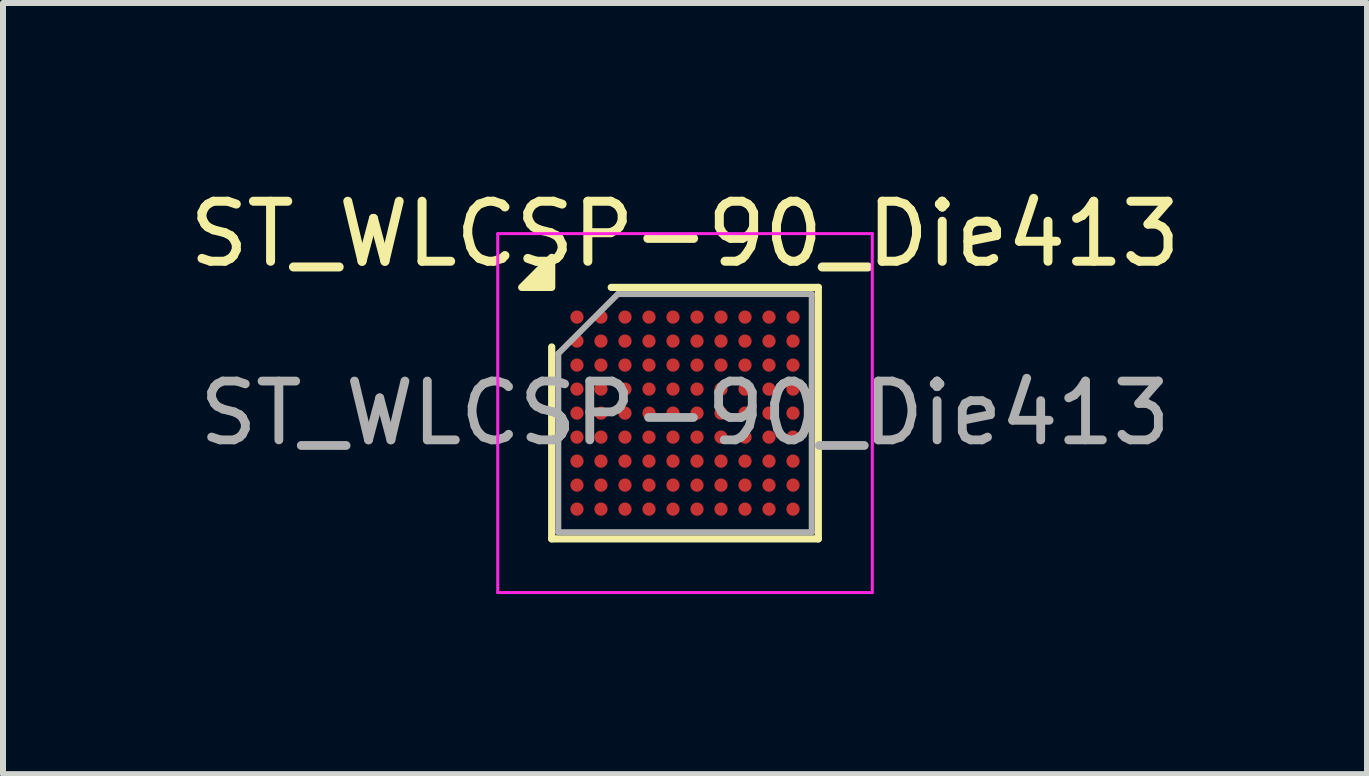
<source format=kicad_pcb>
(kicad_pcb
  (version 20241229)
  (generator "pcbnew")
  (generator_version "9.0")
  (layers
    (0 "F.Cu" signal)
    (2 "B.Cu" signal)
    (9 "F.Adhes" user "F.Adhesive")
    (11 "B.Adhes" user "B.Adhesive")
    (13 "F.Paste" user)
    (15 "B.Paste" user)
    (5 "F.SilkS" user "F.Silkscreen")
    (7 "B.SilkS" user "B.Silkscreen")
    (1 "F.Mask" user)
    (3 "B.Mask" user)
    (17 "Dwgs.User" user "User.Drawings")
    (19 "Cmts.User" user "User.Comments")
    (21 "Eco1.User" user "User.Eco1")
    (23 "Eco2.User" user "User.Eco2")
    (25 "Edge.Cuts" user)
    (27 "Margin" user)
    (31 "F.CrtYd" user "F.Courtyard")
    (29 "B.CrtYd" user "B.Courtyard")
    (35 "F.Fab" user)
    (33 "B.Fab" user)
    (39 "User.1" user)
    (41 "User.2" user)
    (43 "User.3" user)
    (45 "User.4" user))
  (footprint "ST_WLCSP-90_Die413"
    (layer "F.Cu")
    (at 8.363 3.833)
    (property "Reference" "ST_WLCSP-90_Die413" (at 0 -2.985 0) (layer "F.SilkS") (effects (font (size 1 1) (thickness 0.15))))
    (attr smd)
    (fp_line (start -2.221 2.095) (end -2.221 -1.102) (stroke (width 0.12) (type solid)) (layer "F.SilkS"))
    (fp_line (start -1.229 -2.095) (end 2.221 -2.095) (stroke (width 0.12) (type solid)) (layer "F.SilkS"))
    (fp_line (start 2.221 -2.095) (end 2.221 2.095) (stroke (width 0.12) (type solid)) (layer "F.SilkS"))
    (fp_line (start 2.221 2.095) (end -2.221 2.095) (stroke (width 0.12) (type solid)) (layer "F.SilkS"))
    (fp_poly (pts (xy -2.221 -2.095) (xy -2.721 -2.095) (xy -2.221 -2.595)) (stroke (width 0.12) (type solid)) (fill yes) (layer "F.SilkS"))
    (fp_line (start -3.12 -2.99) (end -3.12 2.99) (stroke (width 0.05) (type solid)) (layer "F.CrtYd"))
    (fp_line (start -3.12 2.99) (end 3.12 2.99) (stroke (width 0.05) (type solid)) (layer "F.CrtYd"))
    (fp_line (start 3.12 -2.99) (end -3.12 -2.99) (stroke (width 0.05) (type solid)) (layer "F.CrtYd"))
    (fp_line (start 3.12 2.99) (end 3.12 -2.99) (stroke (width 0.05) (type solid)) (layer "F.CrtYd"))
    (fp_line (start -2.111 -0.992) (end -1.119 -1.984) (stroke (width 0.1) (type solid)) (layer "F.Fab"))
    (fp_line (start -2.111 1.984) (end -2.111 -0.992) (stroke (width 0.1) (type solid)) (layer "F.Fab"))
    (fp_line (start -1.119 -1.984) (end 2.111 -1.984) (stroke (width 0.1) (type solid)) (layer "F.Fab"))
    (fp_line (start 2.111 -1.984) (end 2.111 1.984) (stroke (width 0.1) (type solid)) (layer "F.Fab"))
    (fp_line (start 2.111 1.984) (end -2.111 1.984) (stroke (width 0.1) (type solid)) (layer "F.Fab"))
    (fp_text user "${REFERENCE}" (at 0 0 0) (layer "F.Fab") (effects (font (size 0.98 0.98) (thickness 0.147))))
    (pad "A1" smd circle (at -1.8 -1.6) (size 0.22 0.22) (property pad_prop_bga) (layers "F.Cu" "F.Mask" "F.Paste"))
    (pad "A2" smd circle (at -1.4 -1.6) (size 0.22 0.22) (property pad_prop_bga) (layers "F.Cu" "F.Mask" "F.Paste"))
    (pad "A3" smd circle (at -1 -1.6) (size 0.22 0.22) (property pad_prop_bga) (layers "F.Cu" "F.Mask" "F.Paste"))
    (pad "A4" smd circle (at -0.6 -1.6) (size 0.22 0.22) (property pad_prop_bga) (layers "F.Cu" "F.Mask" "F.Paste"))
    (pad "A5" smd circle (at -0.2 -1.6) (size 0.22 0.22) (property pad_prop_bga) (layers "F.Cu" "F.Mask" "F.Paste"))
    (pad "A6" smd circle (at 0.2 -1.6) (size 0.22 0.22) (property pad_prop_bga) (layers "F.Cu" "F.Mask" "F.Paste"))
    (pad "A7" smd circle (at 0.6 -1.6) (size 0.22 0.22) (property pad_prop_bga) (layers "F.Cu" "F.Mask" "F.Paste"))
    (pad "A8" smd circle (at 1 -1.6) (size 0.22 0.22) (property pad_prop_bga) (layers "F.Cu" "F.Mask" "F.Paste"))
    (pad "A9" smd circle (at 1.4 -1.6) (size 0.22 0.22) (property pad_prop_bga) (layers "F.Cu" "F.Mask" "F.Paste"))
    (pad "A10" smd circle (at 1.8 -1.6) (size 0.22 0.22) (property pad_prop_bga) (layers "F.Cu" "F.Mask" "F.Paste"))
    (pad "B1" smd circle (at -1.8 -1.2) (size 0.22 0.22) (property pad_prop_bga) (layers "F.Cu" "F.Mask" "F.Paste"))
    (pad "B2" smd circle (at -1.4 -1.2) (size 0.22 0.22) (property pad_prop_bga) (layers "F.Cu" "F.Mask" "F.Paste"))
    (pad "B3" smd circle (at -1 -1.2) (size 0.22 0.22) (property pad_prop_bga) (layers "F.Cu" "F.Mask" "F.Paste"))
    (pad "B4" smd circle (at -0.6 -1.2) (size 0.22 0.22) (property pad_prop_bga) (layers "F.Cu" "F.Mask" "F.Paste"))
    (pad "B5" smd circle (at -0.2 -1.2) (size 0.22 0.22) (property pad_prop_bga) (layers "F.Cu" "F.Mask" "F.Paste"))
    (pad "B6" smd circle (at 0.2 -1.2) (size 0.22 0.22) (property pad_prop_bga) (layers "F.Cu" "F.Mask" "F.Paste"))
    (pad "B7" smd circle (at 0.6 -1.2) (size 0.22 0.22) (property pad_prop_bga) (layers "F.Cu" "F.Mask" "F.Paste"))
    (pad "B8" smd circle (at 1 -1.2) (size 0.22 0.22) (property pad_prop_bga) (layers "F.Cu" "F.Mask" "F.Paste"))
    (pad "B9" smd circle (at 1.4 -1.2) (size 0.22 0.22) (property pad_prop_bga) (layers "F.Cu" "F.Mask" "F.Paste"))
    (pad "B10" smd circle (at 1.8 -1.2) (size 0.22 0.22) (property pad_prop_bga) (layers "F.Cu" "F.Mask" "F.Paste"))
    (pad "C1" smd circle (at -1.8 -0.8) (size 0.22 0.22) (property pad_prop_bga) (layers "F.Cu" "F.Mask" "F.Paste"))
    (pad "C2" smd circle (at -1.4 -0.8) (size 0.22 0.22) (property pad_prop_bga) (layers "F.Cu" "F.Mask" "F.Paste"))
    (pad "C3" smd circle (at -1 -0.8) (size 0.22 0.22) (property pad_prop_bga) (layers "F.Cu" "F.Mask" "F.Paste"))
    (pad "C4" smd circle (at -0.6 -0.8) (size 0.22 0.22) (property pad_prop_bga) (layers "F.Cu" "F.Mask" "F.Paste"))
    (pad "C5" smd circle (at -0.2 -0.8) (size 0.22 0.22) (property pad_prop_bga) (layers "F.Cu" "F.Mask" "F.Paste"))
    (pad "C6" smd circle (at 0.2 -0.8) (size 0.22 0.22) (property pad_prop_bga) (layers "F.Cu" "F.Mask" "F.Paste"))
    (pad "C7" smd circle (at 0.6 -0.8) (size 0.22 0.22) (property pad_prop_bga) (layers "F.Cu" "F.Mask" "F.Paste"))
    (pad "C8" smd circle (at 1 -0.8) (size 0.22 0.22) (property pad_prop_bga) (layers "F.Cu" "F.Mask" "F.Paste"))
    (pad "C9" smd circle (at 1.4 -0.8) (size 0.22 0.22) (property pad_prop_bga) (layers "F.Cu" "F.Mask" "F.Paste"))
    (pad "C10" smd circle (at 1.8 -0.8) (size 0.22 0.22) (property pad_prop_bga) (layers "F.Cu" "F.Mask" "F.Paste"))
    (pad "D1" smd circle (at -1.8 -0.4) (size 0.22 0.22) (property pad_prop_bga) (layers "F.Cu" "F.Mask" "F.Paste"))
    (pad "D2" smd circle (at -1.4 -0.4) (size 0.22 0.22) (property pad_prop_bga) (layers "F.Cu" "F.Mask" "F.Paste"))
    (pad "D3" smd circle (at -1 -0.4) (size 0.22 0.22) (property pad_prop_bga) (layers "F.Cu" "F.Mask" "F.Paste"))
    (pad "D4" smd circle (at -0.6 -0.4) (size 0.22 0.22) (property pad_prop_bga) (layers "F.Cu" "F.Mask" "F.Paste"))
    (pad "D5" smd circle (at -0.2 -0.4) (size 0.22 0.22) (property pad_prop_bga) (layers "F.Cu" "F.Mask" "F.Paste"))
    (pad "D6" smd circle (at 0.2 -0.4) (size 0.22 0.22) (property pad_prop_bga) (layers "F.Cu" "F.Mask" "F.Paste"))
    (pad "D7" smd circle (at 0.6 -0.4) (size 0.22 0.22) (property pad_prop_bga) (layers "F.Cu" "F.Mask" "F.Paste"))
    (pad "D8" smd circle (at 1 -0.4) (size 0.22 0.22) (property pad_prop_bga) (layers "F.Cu" "F.Mask" "F.Paste"))
    (pad "D9" smd circle (at 1.4 -0.4) (size 0.22 0.22) (property pad_prop_bga) (layers "F.Cu" "F.Mask" "F.Paste"))
    (pad "D10" smd circle (at 1.8 -0.4) (size 0.22 0.22) (property pad_prop_bga) (layers "F.Cu" "F.Mask" "F.Paste"))
    (pad "E1" smd circle (at -1.8 0) (size 0.22 0.22) (property pad_prop_bga) (layers "F.Cu" "F.Mask" "F.Paste"))
    (pad "E2" smd circle (at -1.4 0) (size 0.22 0.22) (property pad_prop_bga) (layers "F.Cu" "F.Mask" "F.Paste"))
    (pad "E3" smd circle (at -1 0) (size 0.22 0.22) (property pad_prop_bga) (layers "F.Cu" "F.Mask" "F.Paste"))
    (pad "E4" smd circle (at -0.6 0) (size 0.22 0.22) (property pad_prop_bga) (layers "F.Cu" "F.Mask" "F.Paste"))
    (pad "E5" smd circle (at -0.2 0) (size 0.22 0.22) (property pad_prop_bga) (layers "F.Cu" "F.Mask" "F.Paste"))
    (pad "E6" smd circle (at 0.2 0) (size 0.22 0.22) (property pad_prop_bga) (layers "F.Cu" "F.Mask" "F.Paste"))
    (pad "E7" smd circle (at 0.6 0) (size 0.22 0.22) (property pad_prop_bga) (layers "F.Cu" "F.Mask" "F.Paste"))
    (pad "E8" smd circle (at 1 0) (size 0.22 0.22) (property pad_prop_bga) (layers "F.Cu" "F.Mask" "F.Paste"))
    (pad "E9" smd circle (at 1.4 0) (size 0.22 0.22) (property pad_prop_bga) (layers "F.Cu" "F.Mask" "F.Paste"))
    (pad "E10" smd circle (at 1.8 0) (size 0.22 0.22) (property pad_prop_bga) (layers "F.Cu" "F.Mask" "F.Paste"))
    (pad "F1" smd circle (at -1.8 0.4) (size 0.22 0.22) (property pad_prop_bga) (layers "F.Cu" "F.Mask" "F.Paste"))
    (pad "F2" smd circle (at -1.4 0.4) (size 0.22 0.22) (property pad_prop_bga) (layers "F.Cu" "F.Mask" "F.Paste"))
    (pad "F3" smd circle (at -1 0.4) (size 0.22 0.22) (property pad_prop_bga) (layers "F.Cu" "F.Mask" "F.Paste"))
    (pad "F4" smd circle (at -0.6 0.4) (size 0.22 0.22) (property pad_prop_bga) (layers "F.Cu" "F.Mask" "F.Paste"))
    (pad "F5" smd circle (at -0.2 0.4) (size 0.22 0.22) (property pad_prop_bga) (layers "F.Cu" "F.Mask" "F.Paste"))
    (pad "F6" smd circle (at 0.2 0.4) (size 0.22 0.22) (property pad_prop_bga) (layers "F.Cu" "F.Mask" "F.Paste"))
    (pad "F7" smd circle (at 0.6 0.4) (size 0.22 0.22) (property pad_prop_bga) (layers "F.Cu" "F.Mask" "F.Paste"))
    (pad "F8" smd circle (at 1 0.4) (size 0.22 0.22) (property pad_prop_bga) (layers "F.Cu" "F.Mask" "F.Paste"))
    (pad "F9" smd circle (at 1.4 0.4) (size 0.22 0.22) (property pad_prop_bga) (layers "F.Cu" "F.Mask" "F.Paste"))
    (pad "F10" smd circle (at 1.8 0.4) (size 0.22 0.22) (property pad_prop_bga) (layers "F.Cu" "F.Mask" "F.Paste"))
    (pad "G1" smd circle (at -1.8 0.8) (size 0.22 0.22) (property pad_prop_bga) (layers "F.Cu" "F.Mask" "F.Paste"))
    (pad "G2" smd circle (at -1.4 0.8) (size 0.22 0.22) (property pad_prop_bga) (layers "F.Cu" "F.Mask" "F.Paste"))
    (pad "G3" smd circle (at -1 0.8) (size 0.22 0.22) (property pad_prop_bga) (layers "F.Cu" "F.Mask" "F.Paste"))
    (pad "G4" smd circle (at -0.6 0.8) (size 0.22 0.22) (property pad_prop_bga) (layers "F.Cu" "F.Mask" "F.Paste"))
    (pad "G5" smd circle (at -0.2 0.8) (size 0.22 0.22) (property pad_prop_bga) (layers "F.Cu" "F.Mask" "F.Paste"))
    (pad "G6" smd circle (at 0.2 0.8) (size 0.22 0.22) (property pad_prop_bga) (layers "F.Cu" "F.Mask" "F.Paste"))
    (pad "G7" smd circle (at 0.6 0.8) (size 0.22 0.22) (property pad_prop_bga) (layers "F.Cu" "F.Mask" "F.Paste"))
    (pad "G8" smd circle (at 1 0.8) (size 0.22 0.22) (property pad_prop_bga) (layers "F.Cu" "F.Mask" "F.Paste"))
    (pad "G9" smd circle (at 1.4 0.8) (size 0.22 0.22) (property pad_prop_bga) (layers "F.Cu" "F.Mask" "F.Paste"))
    (pad "G10" smd circle (at 1.8 0.8) (size 0.22 0.22) (property pad_prop_bga) (layers "F.Cu" "F.Mask" "F.Paste"))
    (pad "H1" smd circle (at -1.8 1.2) (size 0.22 0.22) (property pad_prop_bga) (layers "F.Cu" "F.Mask" "F.Paste"))
    (pad "H2" smd circle (at -1.4 1.2) (size 0.22 0.22) (property pad_prop_bga) (layers "F.Cu" "F.Mask" "F.Paste"))
    (pad "H3" smd circle (at -1 1.2) (size 0.22 0.22) (property pad_prop_bga) (layers "F.Cu" "F.Mask" "F.Paste"))
    (pad "H4" smd circle (at -0.6 1.2) (size 0.22 0.22) (property pad_prop_bga) (layers "F.Cu" "F.Mask" "F.Paste"))
    (pad "H5" smd circle (at -0.2 1.2) (size 0.22 0.22) (property pad_prop_bga) (layers "F.Cu" "F.Mask" "F.Paste"))
    (pad "H6" smd circle (at 0.2 1.2) (size 0.22 0.22) (property pad_prop_bga) (layers "F.Cu" "F.Mask" "F.Paste"))
    (pad "H7" smd circle (at 0.6 1.2) (size 0.22 0.22) (property pad_prop_bga) (layers "F.Cu" "F.Mask" "F.Paste"))
    (pad "H8" smd circle (at 1 1.2) (size 0.22 0.22) (property pad_prop_bga) (layers "F.Cu" "F.Mask" "F.Paste"))
    (pad "H9" smd circle (at 1.4 1.2) (size 0.22 0.22) (property pad_prop_bga) (layers "F.Cu" "F.Mask" "F.Paste"))
    (pad "H10" smd circle (at 1.8 1.2) (size 0.22 0.22) (property pad_prop_bga) (layers "F.Cu" "F.Mask" "F.Paste"))
    (pad "J1" smd circle (at -1.8 1.6) (size 0.22 0.22) (property pad_prop_bga) (layers "F.Cu" "F.Mask" "F.Paste"))
    (pad "J2" smd circle (at -1.4 1.6) (size 0.22 0.22) (property pad_prop_bga) (layers "F.Cu" "F.Mask" "F.Paste"))
    (pad "J3" smd circle (at -1 1.6) (size 0.22 0.22) (property pad_prop_bga) (layers "F.Cu" "F.Mask" "F.Paste"))
    (pad "J4" smd circle (at -0.6 1.6) (size 0.22 0.22) (property pad_prop_bga) (layers "F.Cu" "F.Mask" "F.Paste"))
    (pad "J5" smd circle (at -0.2 1.6) (size 0.22 0.22) (property pad_prop_bga) (layers "F.Cu" "F.Mask" "F.Paste"))
    (pad "J6" smd circle (at 0.2 1.6) (size 0.22 0.22) (property pad_prop_bga) (layers "F.Cu" "F.Mask" "F.Paste"))
    (pad "J7" smd circle (at 0.6 1.6) (size 0.22 0.22) (property pad_prop_bga) (layers "F.Cu" "F.Mask" "F.Paste"))
    (pad "J8" smd circle (at 1 1.6) (size 0.22 0.22) (property pad_prop_bga) (layers "F.Cu" "F.Mask" "F.Paste"))
    (pad "J9" smd circle (at 1.4 1.6) (size 0.22 0.22) (property pad_prop_bga) (layers "F.Cu" "F.Mask" "F.Paste"))
    (pad "J10" smd circle (at 1.8 1.6) (size 0.22 0.22) (property pad_prop_bga) (layers "F.Cu" "F.Mask" "F.Paste")))
  (gr_rect
    (start -3 -3)
    (end 19.726 9.848)
    (stroke (width 0.1) (type default))
    (fill no)
    (layer "Edge.Cuts")))
</source>
